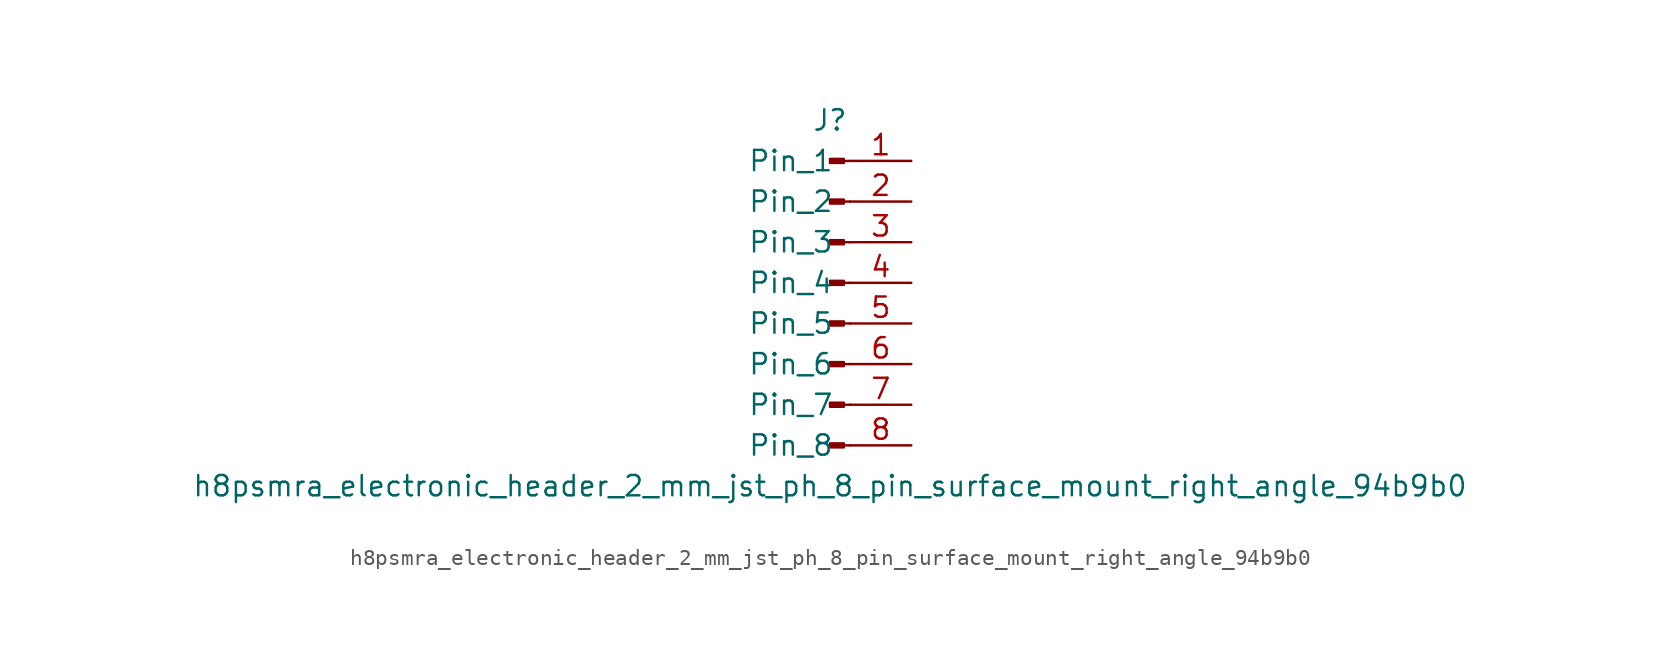
<source format=kicad_sym>
(kicad_symbol_lib
  (version 20220914)
  (generator kicad_symbol_editor)
  (symbol "h8psmra_electronic_header_2_mm_jst_ph_8_pin_surface_mount_right_angle_94b9b0"
    (pin_names
      (offset 1.016))
    (property "Reference" "J"
      (at 0 10.16 0)
      (effects (font (size 1.27 1.27))))
    (property "Value" "h8psmra_electronic_header_2_mm_jst_ph_8_pin_surface_mount_right_angle_94b9b0"
      (at 0 -12.7 0)
      (effects (font (size 1.27 1.27))))
    (property "ki_locked" ""
      (at 0 0 0)
      (effects (font (size 1.27 1.27))))
    (symbol "h8psmra_electronic_header_2_mm_jst_ph_8_pin_surface_mount_right_angle_94b9b0_1_1"
      (polyline (pts (xy 1.27 -10.16) (xy 0.864 -10.16)) (stroke (width 0.152) (type default)) (fill (type none)))
      (polyline (pts (xy 1.27 -7.62) (xy 0.864 -7.62)) (stroke (width 0.152) (type default)) (fill (type none)))
      (polyline (pts (xy 1.27 -5.08) (xy 0.864 -5.08)) (stroke (width 0.152) (type default)) (fill (type none)))
      (polyline (pts (xy 1.27 -2.54) (xy 0.864 -2.54)) (stroke (width 0.152) (type default)) (fill (type none)))
      (polyline (pts (xy 1.27 0) (xy 0.864 0)) (stroke (width 0.152) (type default)) (fill (type none)))
      (polyline (pts (xy 1.27 2.54) (xy 0.864 2.54)) (stroke (width 0.152) (type default)) (fill (type none)))
      (polyline (pts (xy 1.27 5.08) (xy 0.864 5.08)) (stroke (width 0.152) (type default)) (fill (type none)))
      (polyline (pts (xy 1.27 7.62) (xy 0.864 7.62)) (stroke (width 0.152) (type default)) (fill (type none)))
      (rectangle (start 0.864 -10.033) (end 0 -10.287) (stroke (width 0.152) (type default)) (fill (type outline)))
      (rectangle (start 0.864 -7.493) (end 0 -7.747) (stroke (width 0.152) (type default)) (fill (type outline)))
      (rectangle (start 0.864 -4.953) (end 0 -5.207) (stroke (width 0.152) (type default)) (fill (type outline)))
      (rectangle (start 0.864 -2.413) (end 0 -2.667) (stroke (width 0.152) (type default)) (fill (type outline)))
      (rectangle (start 0.864 0.127) (end 0 -0.127) (stroke (width 0.152) (type default)) (fill (type outline)))
      (rectangle (start 0.864 2.667) (end 0 2.413) (stroke (width 0.152) (type default)) (fill (type outline)))
      (rectangle (start 0.864 5.207) (end 0 4.953) (stroke (width 0.152) (type default)) (fill (type outline)))
      (rectangle (start 0.864 7.747) (end 0 7.493) (stroke (width 0.152) (type default)) (fill (type outline)))
      (pin passive line (at 5.08 7.62 180) (length 3.81) (name "Pin_1" (effects (font (size 1.27 1.27)))) (number "1" (effects (font (size 1.27 1.27)))))
      (pin passive line (at 5.08 5.08 180) (length 3.81) (name "Pin_2" (effects (font (size 1.27 1.27)))) (number "2" (effects (font (size 1.27 1.27)))))
      (pin passive line (at 5.08 2.54 180) (length 3.81) (name "Pin_3" (effects (font (size 1.27 1.27)))) (number "3" (effects (font (size 1.27 1.27)))))
      (pin passive line (at 5.08 0 180) (length 3.81) (name "Pin_4" (effects (font (size 1.27 1.27)))) (number "4" (effects (font (size 1.27 1.27)))))
      (pin passive line (at 5.08 -2.54 180) (length 3.81) (name "Pin_5" (effects (font (size 1.27 1.27)))) (number "5" (effects (font (size 1.27 1.27)))))
      (pin passive line (at 5.08 -5.08 180) (length 3.81) (name "Pin_6" (effects (font (size 1.27 1.27)))) (number "6" (effects (font (size 1.27 1.27)))))
      (pin passive line (at 5.08 -7.62 180) (length 3.81) (name "Pin_7" (effects (font (size 1.27 1.27)))) (number "7" (effects (font (size 1.27 1.27)))))
      (pin passive line (at 5.08 -10.16 180) (length 3.81) (name "Pin_8" (effects (font (size 1.27 1.27)))) (number "8" (effects (font (size 1.27 1.27))))))))
</source>
